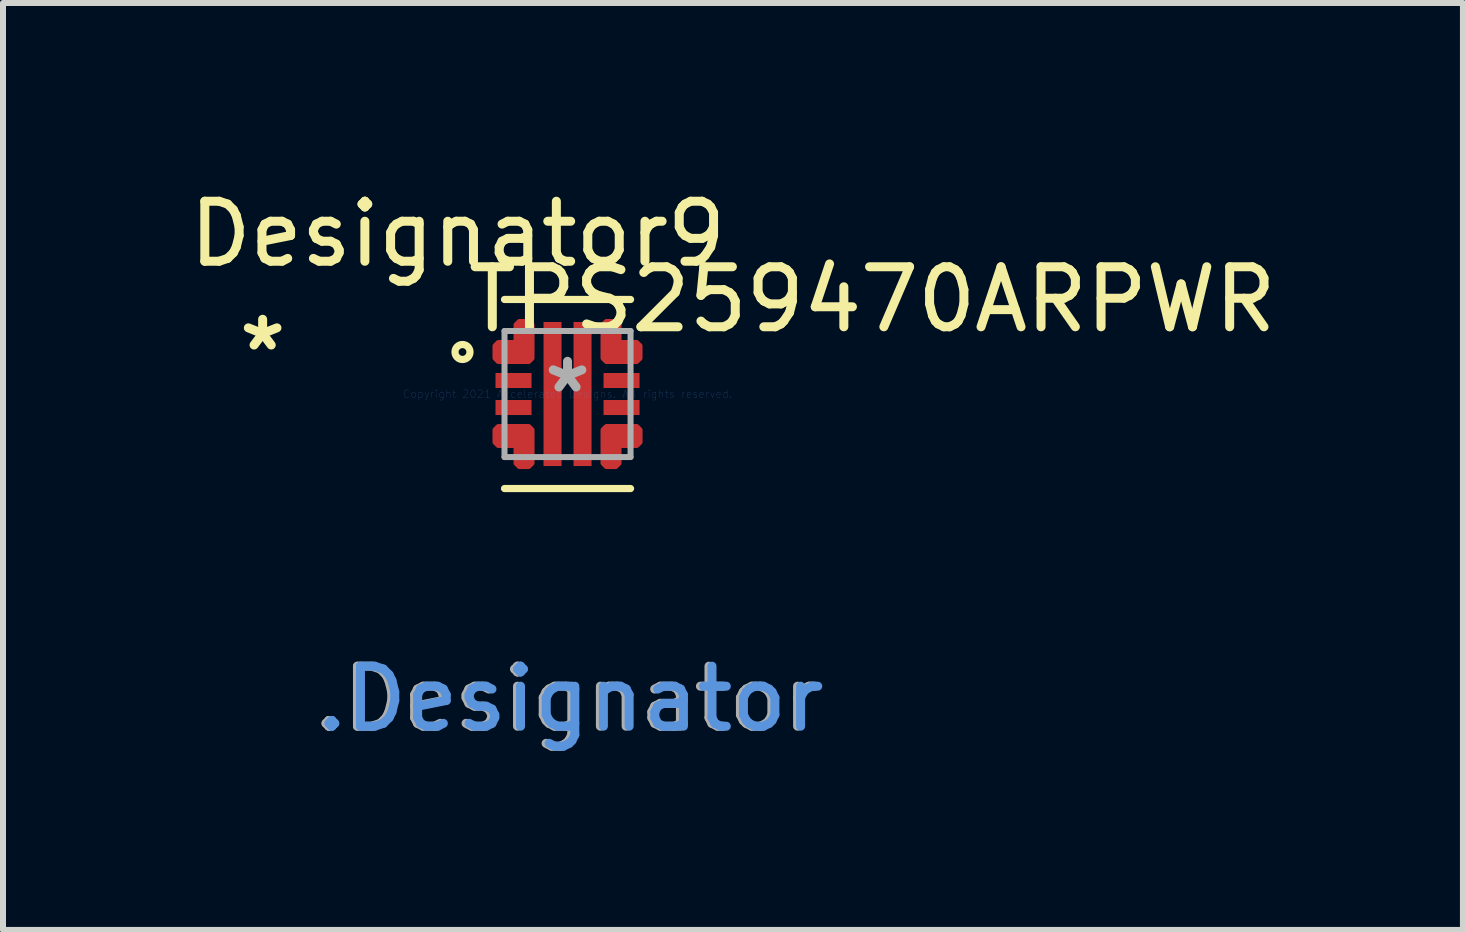
<source format=kicad_pcb>
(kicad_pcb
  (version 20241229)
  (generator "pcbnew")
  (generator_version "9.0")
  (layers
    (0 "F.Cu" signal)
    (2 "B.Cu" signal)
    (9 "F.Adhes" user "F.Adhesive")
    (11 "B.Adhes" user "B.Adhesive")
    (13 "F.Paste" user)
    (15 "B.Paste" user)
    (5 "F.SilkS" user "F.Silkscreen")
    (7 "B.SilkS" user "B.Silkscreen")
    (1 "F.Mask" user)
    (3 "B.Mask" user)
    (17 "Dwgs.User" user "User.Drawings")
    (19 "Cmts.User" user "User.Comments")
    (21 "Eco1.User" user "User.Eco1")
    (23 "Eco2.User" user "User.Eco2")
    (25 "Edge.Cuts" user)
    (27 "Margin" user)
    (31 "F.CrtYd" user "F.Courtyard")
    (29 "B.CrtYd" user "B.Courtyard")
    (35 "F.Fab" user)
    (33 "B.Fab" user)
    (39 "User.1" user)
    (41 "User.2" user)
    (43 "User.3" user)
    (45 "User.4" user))
  (footprint "TPS259470ARPWR"
    (layer "F.Cu")
    (at 6.406 3.515)
    (property "Reference" "TPS259470ARPWR" (at 5.08 -1.575 0) (layer "F.SilkS") (effects (font (size 1 1) (thickness 0.15))))
    (attr through_hole)
    (fp_poly (pts (xy -0.85 -0.85) (xy -0.85 -1.15) (xy -0.8 -1.2) (xy -0.65 -1.2) (xy -0.6 -1.15) (xy -0.6 -0.6) (xy -0.65 -0.55) (xy -1.15 -0.55) (xy -1.2 -0.6) (xy -1.2 -0.8) (xy -1.15 -0.85)) (stroke (width 0.1) (type solid)) (fill yes) (layer "F.Cu"))
    (fp_poly (pts (xy -0.85 0.85) (xy -0.85 1.15) (xy -0.8 1.2) (xy -0.65 1.2) (xy -0.6 1.15) (xy -0.6 0.6) (xy -0.65 0.55) (xy -1.15 0.55) (xy -1.2 0.6) (xy -1.2 0.8) (xy -1.15 0.85)) (stroke (width 0.1) (type solid)) (fill yes) (layer "F.Cu"))
    (fp_poly (pts (xy 0.85 -0.85) (xy 0.85 -1.15) (xy 0.8 -1.2) (xy 0.65 -1.2) (xy 0.6 -1.15) (xy 0.6 -0.6) (xy 0.65 -0.55) (xy 1.15 -0.55) (xy 1.2 -0.6) (xy 1.2 -0.8) (xy 1.15 -0.85)) (stroke (width 0.1) (type solid)) (fill yes) (layer "F.Cu"))
    (fp_poly (pts (xy 0.85 0.85) (xy 0.85 1.15) (xy 0.8 1.2) (xy 0.65 1.2) (xy 0.6 1.15) (xy 0.6 0.6) (xy 0.65 0.55) (xy 1.15 0.55) (xy 1.2 0.6) (xy 1.2 0.8) (xy 1.15 0.85)) (stroke (width 0.1) (type solid)) (fill yes) (layer "F.Cu"))
    (fp_poly (pts (xy -0.85 -0.85) (xy -0.85 -1.15) (xy -0.8 -1.2) (xy -0.65 -1.2) (xy -0.6 -1.15) (xy -0.6 -0.6) (xy -0.65 -0.55) (xy -1.15 -0.55) (xy -1.2 -0.6) (xy -1.2 -0.8) (xy -1.15 -0.85)) (stroke (width 0.1) (type solid)) (fill yes) (layer "F.Mask"))
    (fp_poly (pts (xy -0.85 0.85) (xy -1.15 0.85) (xy -1.2 0.8) (xy -1.2 0.6) (xy -1.15 0.55) (xy -0.65 0.55) (xy -0.6 0.6) (xy -0.6 1.15) (xy -0.65 1.2) (xy -0.8 1.2) (xy -0.85 1.15)) (stroke (width 0.1) (type solid)) (fill yes) (layer "F.Mask"))
    (fp_poly (pts (xy 0.85 -0.85) (xy 1.15 -0.85) (xy 1.2 -0.8) (xy 1.2 -0.6) (xy 1.15 -0.55) (xy 0.65 -0.55) (xy 0.6 -0.6) (xy 0.6 -1.15) (xy 0.65 -1.2) (xy 0.8 -1.2) (xy 0.85 -1.15)) (stroke (width 0.1) (type solid)) (fill yes) (layer "F.Mask"))
    (fp_poly (pts (xy 0.85 0.85) (xy 0.85 1.15) (xy 0.8 1.2) (xy 0.65 1.2) (xy 0.6 1.15) (xy 0.6 0.6) (xy 0.65 0.55) (xy 1.15 0.55) (xy 1.2 0.6) (xy 1.2 0.8) (xy 1.15 0.85)) (stroke (width 0.1) (type solid)) (fill yes) (layer "F.Mask"))
    (fp_line (start -1.05 -1.575) (end 1.05 -1.575) (stroke (width 0.12) (type solid)) (layer "F.SilkS"))
    (fp_line (start -1.05 1.575) (end 1.05 1.575) (stroke (width 0.12) (type solid)) (layer "F.SilkS"))
    (fp_circle (center -1.75 -0.7) (end -1.625 -0.7) (stroke (width 0.12) (type solid)) (fill no) (layer "F.SilkS"))
    (fp_poly (pts (xy -0.34 1.16) (xy -0.39 1.11) (xy -0.39 0.15) (xy -0.34 0.1) (xy -0.16 0.1) (xy -0.11 0.15) (xy -0.11 1.11) (xy -0.16 1.16)) (stroke (width 0.1) (type solid)) (fill yes) (layer "F.Paste"))
    (fp_poly (pts (xy -0.11 -1.11) (xy -0.11 -0.15) (xy -0.16 -0.1) (xy -0.34 -0.1) (xy -0.39 -0.15) (xy -0.39 -1.11) (xy -0.34 -1.16) (xy -0.16 -1.16)) (stroke (width 0.1) (type solid)) (fill yes) (layer "F.Paste"))
    (fp_poly (pts (xy 0.39 -0.15) (xy 0.34 -0.1) (xy 0.16 -0.1) (xy 0.11 -0.15) (xy 0.11 -1.11) (xy 0.16 -1.16) (xy 0.34 -1.16) (xy 0.39 -1.11)) (stroke (width 0.1) (type solid)) (fill yes) (layer "F.Paste"))
    (fp_poly (pts (xy 0.39 1.11) (xy 0.34 1.16) (xy 0.16 1.16) (xy 0.11 1.11) (xy 0.11 0.15) (xy 0.16 0.1) (xy 0.34 0.1) (xy 0.39 0.15)) (stroke (width 0.1) (type solid)) (fill yes) (layer "F.Paste"))
    (fp_poly (pts (xy -0.825 -0.825) (xy -0.825 -1.15) (xy -0.775 -1.2) (xy -0.65 -1.2) (xy -0.6 -1.15) (xy -0.6 -0.6) (xy -0.65 -0.55) (xy -1.15 -0.55) (xy -1.2 -0.6) (xy -1.2 -0.775) (xy -1.15 -0.825)) (stroke (width 0.1) (type solid)) (fill yes) (layer "F.Paste"))
    (fp_poly (pts (xy -0.825 0.825) (xy -0.825 1.15) (xy -0.775 1.2) (xy -0.65 1.2) (xy -0.6 1.15) (xy -0.6 0.6) (xy -0.65 0.55) (xy -1.15 0.55) (xy -1.2 0.6) (xy -1.2 0.775) (xy -1.15 0.825)) (stroke (width 0.1) (type solid)) (fill yes) (layer "F.Paste"))
    (fp_poly (pts (xy 0.825 -0.825) (xy 0.825 -1.15) (xy 0.775 -1.2) (xy 0.65 -1.2) (xy 0.6 -1.15) (xy 0.6 -0.6) (xy 0.65 -0.55) (xy 1.15 -0.55) (xy 1.2 -0.6) (xy 1.2 -0.775) (xy 1.15 -0.825)) (stroke (width 0.1) (type solid)) (fill yes) (layer "F.Paste"))
    (fp_poly (pts (xy 0.825 0.825) (xy 0.825 1.15) (xy 0.775 1.2) (xy 0.65 1.2) (xy 0.6 1.15) (xy 0.6 0.6) (xy 0.65 0.55) (xy 1.15 0.55) (xy 1.2 0.6) (xy 1.2 0.775) (xy 1.15 0.825)) (stroke (width 0.1) (type solid)) (fill yes) (layer "F.Paste"))
    (fp_line (start -1.05 -1.05) (end 1.05 -1.05) (stroke (width 0.1) (type solid)) (layer "F.Fab"))
    (fp_line (start -1.05 1.05) (end -1.05 -1.05) (stroke (width 0.1) (type solid)) (layer "F.Fab"))
    (fp_line (start -1.05 1.05) (end 1.05 1.05) (stroke (width 0.1) (type solid)) (layer "F.Fab"))
    (fp_line (start 1.05 1.05) (end 1.05 -1.05) (stroke (width 0.1) (type solid)) (layer "F.Fab"))
    (fp_text user "*" (at -5.08 -0.7 0) (layer "F.SilkS") (effects (font (size 1 1) (thickness 0.15))))
    (fp_text user "Designator9" (at -1.829 -2.667 0) (layer "F.SilkS") (effects (font (size 1 1) (thickness 0.15))))
    (fp_text user "Copyright 2021 Accelerated Designs. All rights reserved." (at 0 0 0) (layer "Cmts.User") (effects (font (size 0.127 0.127) (thickness 0.002))))
    (fp_text user ".Designator" (at 0.05 5.08 0) (layer "Cmts.User") (effects (font (size 1 1) (thickness 0.15))))
    (fp_text user ".Designator" (at 0 5.08 0) (layer "F.Fab") (effects (font (size 1 1) (thickness 0.15))))
    (fp_text user "*" (at 0 0 0) (layer "F.Fab") (effects (font (size 1 1) (thickness 0.15))))
    (pad "1" smd circle (at -0.75 -0.7) (size 0.27 0.27) (layers "F.Cu" "F.Mask"))
    (pad "2" smd rect (at -0.9 -0.225) (size 0.6 0.25) (layers "F.Cu" "F.Mask" "F.Paste"))
    (pad "3" smd rect (at -0.9 0.225) (size 0.6 0.25) (layers "F.Cu" "F.Mask" "F.Paste"))
    (pad "4" smd circle (at -0.75 0.75) (size 0.255 0.255) (layers "F.Cu" "F.Mask"))
    (pad "5" smd rect (at -0.25 0) (size 0.3 2.4) (layers "F.Cu" "F.Mask"))
    (pad "6" smd rect (at 0.25 0) (size 0.3 2.4) (layers "F.Cu" "F.Mask"))
    (pad "7" smd circle (at 0.75 0.75) (size 0.255 0.255) (layers "F.Cu" "F.Mask"))
    (pad "8" smd rect (at 0.9 0.225) (size 0.6 0.25) (layers "F.Cu" "F.Mask" "F.Paste"))
    (pad "9" smd rect (at 0.9 -0.225) (size 0.6 0.25) (layers "F.Cu" "F.Mask" "F.Paste"))
    (pad "10" smd circle (at 0.75 -0.7) (size 0.27 0.27) (layers "F.Cu" "F.Mask")))
  (gr_rect
    (start -3 -3)
    (end 21.325 12.444)
    (stroke (width 0.1) (type default))
    (fill no)
    (layer "Edge.Cuts")))
</source>
